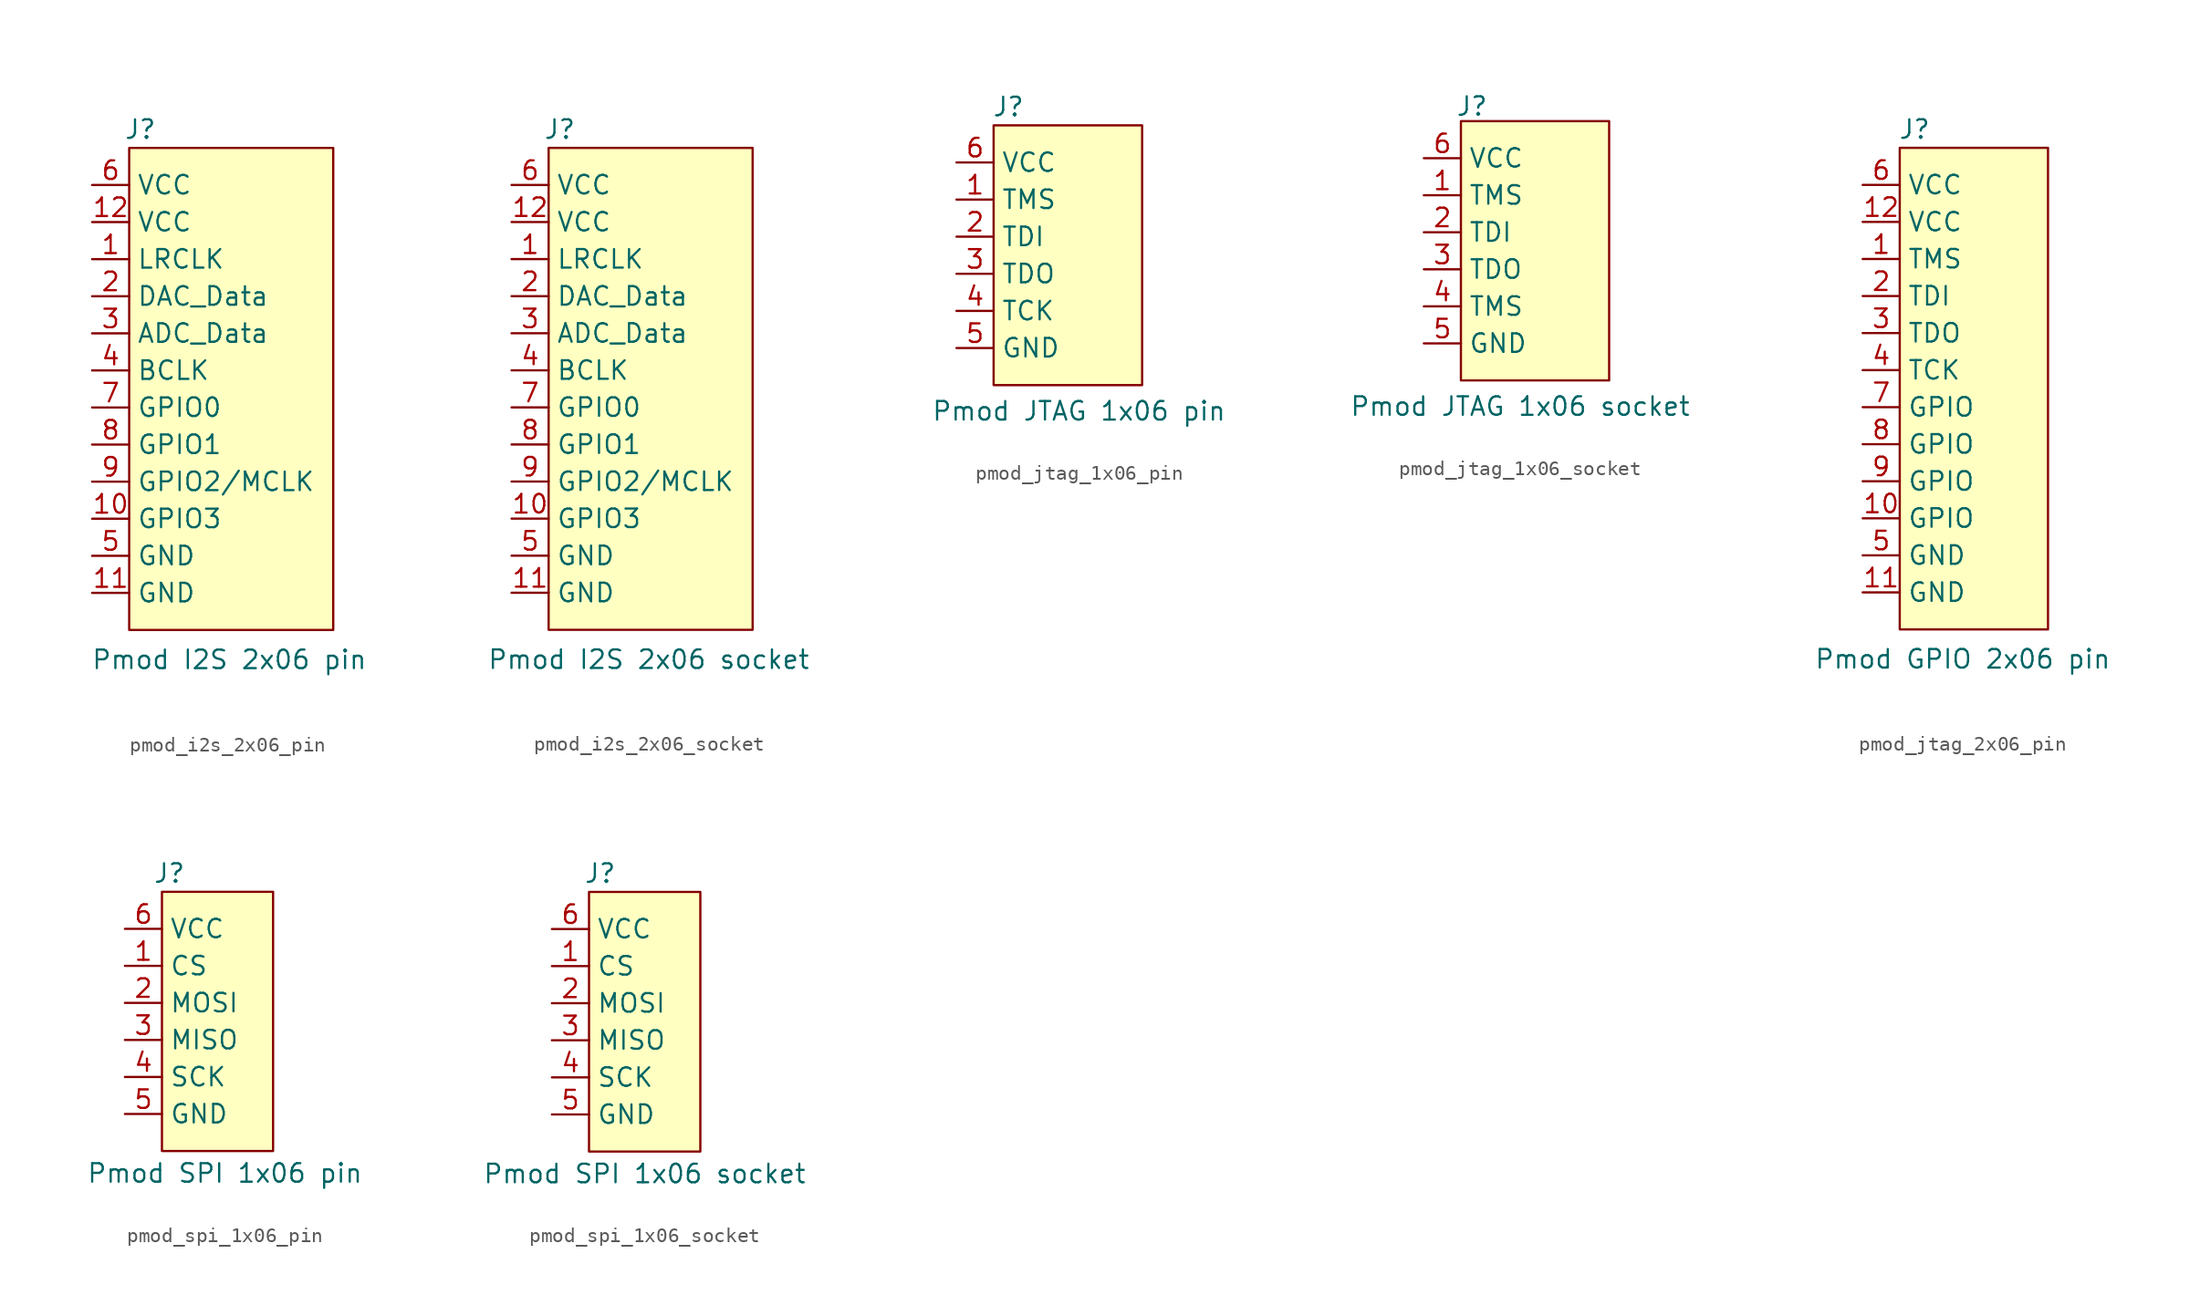
<source format=kicad_sym>
(kicad_symbol_lib
  (version 20241209)
  (generator "kicad_symbol_editor")
  (generator_version "9.0")
  (symbol "pmod_i2s_2x06_pin"
    (property "Reference" "J"
      (at 0.762 1.27 0)
      (effects (font (size 1.27 1.27))))
    (property "Value" "Pmod I2S 2x06 pin"
      (at 6.858 -35.052 0)
      (effects (font (size 1.27 1.27))))
    (symbol "pmod_i2s_2x06_pin_1_1"
      (rectangle (start 0 0) (end 13.97 -33.02) (stroke (width 0) (type solid)) (fill (type background)))
      (pin power_in line (at -2.54 -2.54 0) (length 2.54) (name "VCC" (effects (font (size 1.27 1.27)))) (number "6" (effects (font (size 1.27 1.27)))))
      (pin power_in line (at -2.54 -5.08 0) (length 2.54) (name "VCC" (effects (font (size 1.27 1.27)))) (number "12" (effects (font (size 1.27 1.27)))))
      (pin output line (at -2.54 -7.62 0) (length 2.54) (name "LRCLK" (effects (font (size 1.27 1.27)))) (number "1" (effects (font (size 1.27 1.27)))))
      (pin output line (at -2.54 -10.16 0) (length 2.54) (name "DAC_Data" (effects (font (size 1.27 1.27)))) (number "2" (effects (font (size 1.27 1.27)))))
      (pin input line (at -2.54 -12.7 0) (length 2.54) (name "ADC_Data" (effects (font (size 1.27 1.27)))) (number "3" (effects (font (size 1.27 1.27)))))
      (pin output line (at -2.54 -15.24 0) (length 2.54) (name "BCLK" (effects (font (size 1.27 1.27)))) (number "4" (effects (font (size 1.27 1.27)))))
      (pin bidirectional line (at -2.54 -17.78 0) (length 2.54) (name "GPIO0" (effects (font (size 1.27 1.27)))) (number "7" (effects (font (size 1.27 1.27)))))
      (pin bidirectional line (at -2.54 -20.32 0) (length 2.54) (name "GPIO1" (effects (font (size 1.27 1.27)))) (number "8" (effects (font (size 1.27 1.27)))))
      (pin bidirectional line (at -2.54 -22.86 0) (length 2.54) (name "GPIO2/MCLK" (effects (font (size 1.27 1.27)))) (number "9" (effects (font (size 1.27 1.27)))))
      (pin bidirectional line (at -2.54 -25.4 0) (length 2.54) (name "GPIO3" (effects (font (size 1.27 1.27)))) (number "10" (effects (font (size 1.27 1.27)))))
      (pin power_in line (at -2.54 -27.94 0) (length 2.54) (name "GND" (effects (font (size 1.27 1.27)))) (number "5" (effects (font (size 1.27 1.27)))))
      (pin power_in line (at -2.54 -30.48 0) (length 2.54) (name "GND" (effects (font (size 1.27 1.27)))) (number "11" (effects (font (size 1.27 1.27)))))))
  (symbol "pmod_i2s_2x06_socket"
    (property "Reference" "J"
      (at 0.762 1.27 0)
      (effects (font (size 1.27 1.27))))
    (property "Value" "Pmod I2S 2x06 socket"
      (at 6.858 -35.052 0)
      (effects (font (size 1.27 1.27))))
    (symbol "pmod_i2s_2x06_socket_1_1"
      (rectangle (start 0 0) (end 13.97 -33.02) (stroke (width 0) (type solid)) (fill (type background)))
      (pin power_in line (at -2.54 -2.54 0) (length 2.54) (name "VCC" (effects (font (size 1.27 1.27)))) (number "6" (effects (font (size 1.27 1.27)))))
      (pin power_in line (at -2.54 -5.08 0) (length 2.54) (name "VCC" (effects (font (size 1.27 1.27)))) (number "12" (effects (font (size 1.27 1.27)))))
      (pin input line (at -2.54 -7.62 0) (length 2.54) (name "LRCLK" (effects (font (size 1.27 1.27)))) (number "1" (effects (font (size 1.27 1.27)))))
      (pin input line (at -2.54 -10.16 0) (length 2.54) (name "DAC_Data" (effects (font (size 1.27 1.27)))) (number "2" (effects (font (size 1.27 1.27)))))
      (pin output line (at -2.54 -12.7 0) (length 2.54) (name "ADC_Data" (effects (font (size 1.27 1.27)))) (number "3" (effects (font (size 1.27 1.27)))))
      (pin input line (at -2.54 -15.24 0) (length 2.54) (name "BCLK" (effects (font (size 1.27 1.27)))) (number "4" (effects (font (size 1.27 1.27)))))
      (pin bidirectional line (at -2.54 -17.78 0) (length 2.54) (name "GPIO0" (effects (font (size 1.27 1.27)))) (number "7" (effects (font (size 1.27 1.27)))))
      (pin bidirectional line (at -2.54 -20.32 0) (length 2.54) (name "GPIO1" (effects (font (size 1.27 1.27)))) (number "8" (effects (font (size 1.27 1.27)))))
      (pin bidirectional line (at -2.54 -22.86 0) (length 2.54) (name "GPIO2/MCLK" (effects (font (size 1.27 1.27)))) (number "9" (effects (font (size 1.27 1.27)))))
      (pin bidirectional line (at -2.54 -25.4 0) (length 2.54) (name "GPIO3" (effects (font (size 1.27 1.27)))) (number "10" (effects (font (size 1.27 1.27)))))
      (pin power_in line (at -2.54 -27.94 0) (length 2.54) (name "GND" (effects (font (size 1.27 1.27)))) (number "5" (effects (font (size 1.27 1.27)))))
      (pin power_in line (at -2.54 -30.48 0) (length 2.54) (name "GND" (effects (font (size 1.27 1.27)))) (number "11" (effects (font (size 1.27 1.27)))))))
  (symbol "pmod_jtag_1x06_pin"
    (property "Reference" "J"
      (at 1.016 1.27 0)
      (effects (font (size 1.27 1.27))))
    (property "Value" "Pmod JTAG 1x06 pin"
      (at 5.842 -19.558 0)
      (effects (font (size 1.27 1.27))))
    (symbol "pmod_jtag_1x06_pin_1_1"
      (rectangle (start 0 0) (end 10.16 -17.78) (stroke (width 0) (type solid)) (fill (type background)))
      (pin power_in line (at -2.54 -2.54 0) (length 2.54) (name "VCC" (effects (font (size 1.27 1.27)))) (number "6" (effects (font (size 1.27 1.27)))))
      (pin input line (at -2.54 -5.08 0) (length 2.54) (name "TMS" (effects (font (size 1.27 1.27)))) (number "1" (effects (font (size 1.27 1.27)))))
      (pin input line (at -2.54 -7.62 0) (length 2.54) (name "TDI" (effects (font (size 1.27 1.27)))) (number "2" (effects (font (size 1.27 1.27)))))
      (pin output line (at -2.54 -10.16 0) (length 2.54) (name "TDO" (effects (font (size 1.27 1.27)))) (number "3" (effects (font (size 1.27 1.27)))))
      (pin input line (at -2.54 -12.7 0) (length 2.54) (name "TCK" (effects (font (size 1.27 1.27)))) (number "4" (effects (font (size 1.27 1.27)))))
      (pin power_in line (at -2.54 -15.24 0) (length 2.54) (name "GND" (effects (font (size 1.27 1.27)))) (number "5" (effects (font (size 1.27 1.27)))))))
  (symbol "pmod_jtag_1x06_socket"
    (property "Reference" "J"
      (at 0.762 1.016 0)
      (effects (font (size 1.27 1.27))))
    (property "Value" "Pmod JTAG 1x06 socket"
      (at 4.064 -19.558 0)
      (effects (font (size 1.27 1.27))))
    (symbol "pmod_jtag_1x06_socket_1_1"
      (rectangle (start 0 0) (end 10.16 -17.78) (stroke (width 0) (type solid)) (fill (type background)))
      (pin power_in line (at -2.54 -2.54 0) (length 2.54) (name "VCC" (effects (font (size 1.27 1.27)))) (number "6" (effects (font (size 1.27 1.27)))))
      (pin output line (at -2.54 -5.08 0) (length 2.54) (name "TMS" (effects (font (size 1.27 1.27)))) (number "1" (effects (font (size 1.27 1.27)))))
      (pin output line (at -2.54 -7.62 0) (length 2.54) (name "TDI" (effects (font (size 1.27 1.27)))) (number "2" (effects (font (size 1.27 1.27)))))
      (pin input line (at -2.54 -10.16 0) (length 2.54) (name "TDO" (effects (font (size 1.27 1.27)))) (number "3" (effects (font (size 1.27 1.27)))))
      (pin output line (at -2.54 -12.7 0) (length 2.54) (name "TMS" (effects (font (size 1.27 1.27)))) (number "4" (effects (font (size 1.27 1.27)))))
      (pin power_in line (at -2.54 -15.24 0) (length 2.54) (name "GND" (effects (font (size 1.27 1.27)))) (number "5" (effects (font (size 1.27 1.27)))))))
  (symbol "pmod_jtag_2x06_pin"
    (property "Reference" "J"
      (at 1.016 1.27 0)
      (effects (font (size 1.27 1.27))))
    (property "Value" "Pmod GPIO 2x06 pin"
      (at 4.318 -35.052 0)
      (effects (font (size 1.27 1.27))))
    (symbol "pmod_jtag_2x06_pin_1_1"
      (rectangle (start 0 0) (end 10.16 -33.02) (stroke (width 0) (type solid)) (fill (type background)))
      (pin power_in line (at -2.54 -2.54 0) (length 2.54) (name "VCC" (effects (font (size 1.27 1.27)))) (number "6" (effects (font (size 1.27 1.27)))))
      (pin power_in line (at -2.54 -5.08 0) (length 2.54) (name "VCC" (effects (font (size 1.27 1.27)))) (number "12" (effects (font (size 1.27 1.27)))))
      (pin input line (at -2.54 -7.62 0) (length 2.54) (name "TMS" (effects (font (size 1.27 1.27)))) (number "1" (effects (font (size 1.27 1.27)))))
      (pin input line (at -2.54 -10.16 0) (length 2.54) (name "TDI" (effects (font (size 1.27 1.27)))) (number "2" (effects (font (size 1.27 1.27)))))
      (pin output line (at -2.54 -12.7 0) (length 2.54) (name "TDO" (effects (font (size 1.27 1.27)))) (number "3" (effects (font (size 1.27 1.27)))))
      (pin input line (at -2.54 -15.24 0) (length 2.54) (name "TCK" (effects (font (size 1.27 1.27)))) (number "4" (effects (font (size 1.27 1.27)))))
      (pin bidirectional line (at -2.54 -17.78 0) (length 2.54) (name "GPIO" (effects (font (size 1.27 1.27)))) (number "7" (effects (font (size 1.27 1.27)))))
      (pin bidirectional line (at -2.54 -20.32 0) (length 2.54) (name "GPIO" (effects (font (size 1.27 1.27)))) (number "8" (effects (font (size 1.27 1.27)))))
      (pin bidirectional line (at -2.54 -22.86 0) (length 2.54) (name "GPIO" (effects (font (size 1.27 1.27)))) (number "9" (effects (font (size 1.27 1.27)))))
      (pin bidirectional line (at -2.54 -25.4 0) (length 2.54) (name "GPIO" (effects (font (size 1.27 1.27)))) (number "10" (effects (font (size 1.27 1.27)))))
      (pin power_in line (at -2.54 -27.94 0) (length 2.54) (name "GND" (effects (font (size 1.27 1.27)))) (number "5" (effects (font (size 1.27 1.27)))))
      (pin power_in line (at -2.54 -30.48 0) (length 2.54) (name "GND" (effects (font (size 1.27 1.27)))) (number "11" (effects (font (size 1.27 1.27)))))))
  (symbol "pmod_spi_1x06_pin"
    (property "Reference" "J"
      (at 0.508 1.27 0)
      (effects (font (size 1.27 1.27))))
    (property "Value" "Pmod SPI 1x06 pin"
      (at 4.318 -19.304 0)
      (effects (font (size 1.27 1.27))))
    (symbol "pmod_spi_1x06_pin_1_1"
      (rectangle (start 0 0) (end 7.62 -17.78) (stroke (width 0) (type solid)) (fill (type background)))
      (pin power_in line (at -2.54 -2.54 0) (length 2.54) (name "VCC" (effects (font (size 1.27 1.27)))) (number "6" (effects (font (size 1.27 1.27)))))
      (pin output line (at -2.54 -5.08 0) (length 2.54) (name "CS" (effects (font (size 1.27 1.27)))) (number "1" (effects (font (size 1.27 1.27)))))
      (pin output line (at -2.54 -7.62 0) (length 2.54) (name "MOSI" (effects (font (size 1.27 1.27)))) (number "2" (effects (font (size 1.27 1.27)))))
      (pin input line (at -2.54 -10.16 0) (length 2.54) (name "MISO" (effects (font (size 1.27 1.27)))) (number "3" (effects (font (size 1.27 1.27)))))
      (pin output line (at -2.54 -12.7 0) (length 2.54) (name "SCK" (effects (font (size 1.27 1.27)))) (number "4" (effects (font (size 1.27 1.27)))))
      (pin power_in line (at -2.54 -15.24 0) (length 2.54) (name "GND" (effects (font (size 1.27 1.27)))) (number "5" (effects (font (size 1.27 1.27)))))))
  (symbol "pmod_spi_1x06_socket"
    (property "Reference" "J"
      (at 0.762 1.27 0)
      (effects (font (size 1.27 1.27))))
    (property "Value" "Pmod SPI 1x06 socket"
      (at 3.81 -19.304 0)
      (effects (font (size 1.27 1.27))))
    (symbol "pmod_spi_1x06_socket_1_1"
      (rectangle (start 0 0) (end 7.62 -17.78) (stroke (width 0) (type solid)) (fill (type background)))
      (pin power_in line (at -2.54 -2.54 0) (length 2.54) (name "VCC" (effects (font (size 1.27 1.27)))) (number "6" (effects (font (size 1.27 1.27)))))
      (pin input line (at -2.54 -5.08 0) (length 2.54) (name "CS" (effects (font (size 1.27 1.27)))) (number "1" (effects (font (size 1.27 1.27)))))
      (pin input line (at -2.54 -7.62 0) (length 2.54) (name "MOSI" (effects (font (size 1.27 1.27)))) (number "2" (effects (font (size 1.27 1.27)))))
      (pin output line (at -2.54 -10.16 0) (length 2.54) (name "MISO" (effects (font (size 1.27 1.27)))) (number "3" (effects (font (size 1.27 1.27)))))
      (pin input line (at -2.54 -12.7 0) (length 2.54) (name "SCK" (effects (font (size 1.27 1.27)))) (number "4" (effects (font (size 1.27 1.27)))))
      (pin power_in line (at -2.54 -15.24 0) (length 2.54) (name "GND" (effects (font (size 1.27 1.27)))) (number "5" (effects (font (size 1.27 1.27))))))))
</source>
